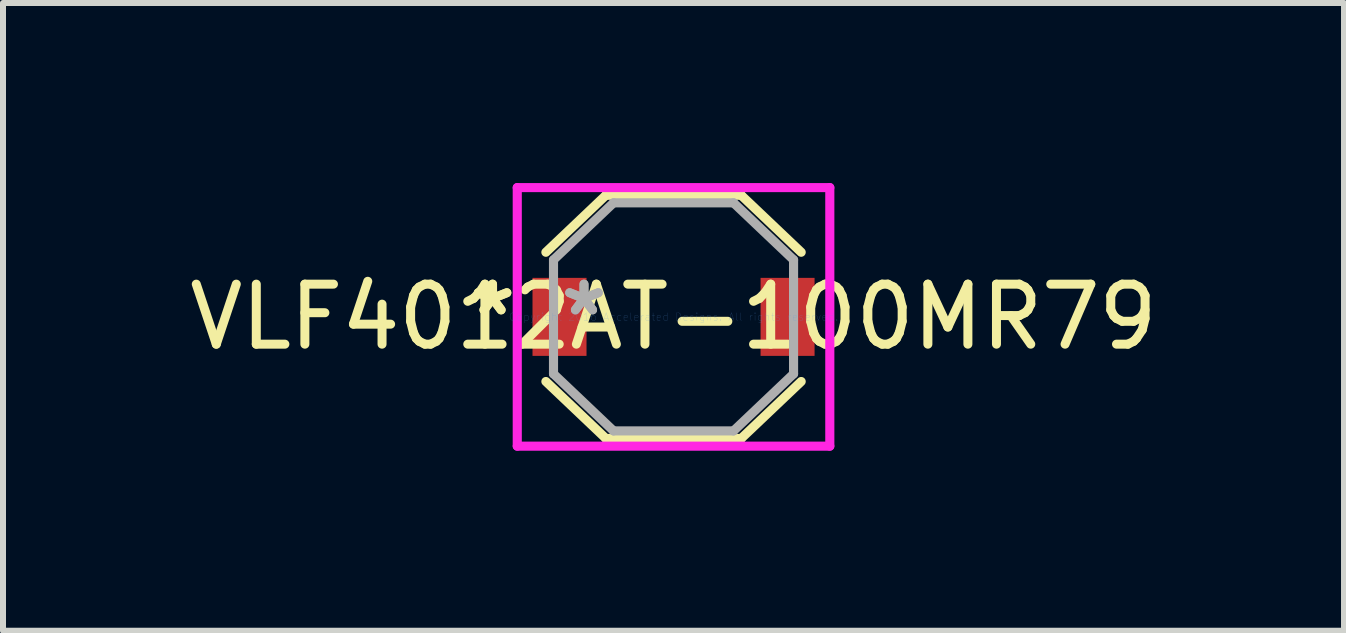
<source format=kicad_pcb>
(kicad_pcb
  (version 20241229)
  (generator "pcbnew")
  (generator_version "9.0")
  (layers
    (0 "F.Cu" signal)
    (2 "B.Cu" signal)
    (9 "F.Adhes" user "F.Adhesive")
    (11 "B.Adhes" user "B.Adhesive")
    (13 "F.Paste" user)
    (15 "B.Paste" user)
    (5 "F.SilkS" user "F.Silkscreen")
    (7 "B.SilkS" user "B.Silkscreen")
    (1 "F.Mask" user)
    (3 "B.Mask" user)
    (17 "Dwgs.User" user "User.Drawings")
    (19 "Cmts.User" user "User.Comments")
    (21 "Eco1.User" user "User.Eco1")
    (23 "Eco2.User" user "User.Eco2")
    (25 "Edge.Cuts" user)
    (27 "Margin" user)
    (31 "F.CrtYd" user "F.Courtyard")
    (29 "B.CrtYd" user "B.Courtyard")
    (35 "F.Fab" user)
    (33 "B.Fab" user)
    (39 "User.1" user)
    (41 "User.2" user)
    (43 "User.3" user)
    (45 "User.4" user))
  (footprint "VLF4012AT-100MR79"
    (layer "F.Cu")
    (at 8.173 2.23)
    (property "Reference" "VLF4012AT-100MR79" (at 0 0 0) (layer "F.SilkS") (effects (font (size 1 1) (thickness 0.15))))
    (attr through_hole)
    (fp_line (start -2.127 1.077) (end -1.127 2.027) (stroke (width 0.152) (type solid)) (layer "F.SilkS"))
    (fp_line (start -1.127 -2.027) (end -2.127 -1.077) (stroke (width 0.152) (type solid)) (layer "F.SilkS"))
    (fp_line (start -1.127 2.027) (end 1.127 2.027) (stroke (width 0.152) (type solid)) (layer "F.SilkS"))
    (fp_line (start 1.127 -2.027) (end -1.127 -2.027) (stroke (width 0.152) (type solid)) (layer "F.SilkS"))
    (fp_line (start 1.127 2.027) (end 2.127 1.077) (stroke (width 0.152) (type solid)) (layer "F.SilkS"))
    (fp_line (start 2.127 -1.077) (end 1.127 -2.027) (stroke (width 0.152) (type solid)) (layer "F.SilkS"))
    (fp_line (start -2.604 -2.154) (end 2.604 -2.154) (stroke (width 0.152) (type solid)) (layer "F.CrtYd"))
    (fp_line (start -2.604 2.154) (end -2.604 -2.154) (stroke (width 0.152) (type solid)) (layer "F.CrtYd"))
    (fp_line (start 2.604 -2.154) (end 2.604 2.154) (stroke (width 0.152) (type solid)) (layer "F.CrtYd"))
    (fp_line (start 2.604 2.154) (end -2.604 2.154) (stroke (width 0.152) (type solid)) (layer "F.CrtYd"))
    (fp_line (start -2 -0.95) (end -2 0.95) (stroke (width 0.152) (type solid)) (layer "F.Fab"))
    (fp_line (start -2 0.95) (end -1 1.9) (stroke (width 0.152) (type solid)) (layer "F.Fab"))
    (fp_line (start -1 -1.9) (end -2 -0.95) (stroke (width 0.152) (type solid)) (layer "F.Fab"))
    (fp_line (start -1 1.9) (end 1 1.9) (stroke (width 0.152) (type solid)) (layer "F.Fab"))
    (fp_line (start 1 -1.9) (end -1 -1.9) (stroke (width 0.152) (type solid)) (layer "F.Fab"))
    (fp_line (start 1 1.9) (end 2 0.95) (stroke (width 0.152) (type solid)) (layer "F.Fab"))
    (fp_line (start 2 -0.95) (end 1 -1.9) (stroke (width 0.152) (type solid)) (layer "F.Fab"))
    (fp_line (start 2 0.95) (end 2 -0.95) (stroke (width 0.152) (type solid)) (layer "F.Fab"))
    (fp_text user "*" (at -3.016 0 0) (layer "F.SilkS") (effects (font (size 1 1) (thickness 0.15))))
    (fp_text user "*" (at -3.016 0 0) (layer "F.SilkS") (effects (font (size 1 1) (thickness 0.15))))
    (fp_text user "Copyright 2016 Accelerated Designs. All rights reserved." (at 0 0 0) (layer "Cmts.User") (effects (font (size 0.127 0.127) (thickness 0.002))))
    (fp_text user "*" (at -1.492 0 0) (layer "F.Fab") (effects (font (size 1 1) (thickness 0.15))))
    (fp_text user "*" (at -1.492 0 0) (layer "F.Fab") (effects (font (size 1 1) (thickness 0.15))))
    (pad "1" smd rect (at -1.9 0) (size 0.9 1.3) (layers "F.Cu" "F.Mask" "F.Paste"))
    (pad "2" smd rect (at 1.9 0) (size 0.9 1.3) (layers "F.Cu" "F.Mask" "F.Paste")))
  (gr_rect
    (start -3 -3)
    (end 19.345 7.46)
    (stroke (width 0.1) (type default))
    (fill no)
    (layer "Edge.Cuts")))
</source>
